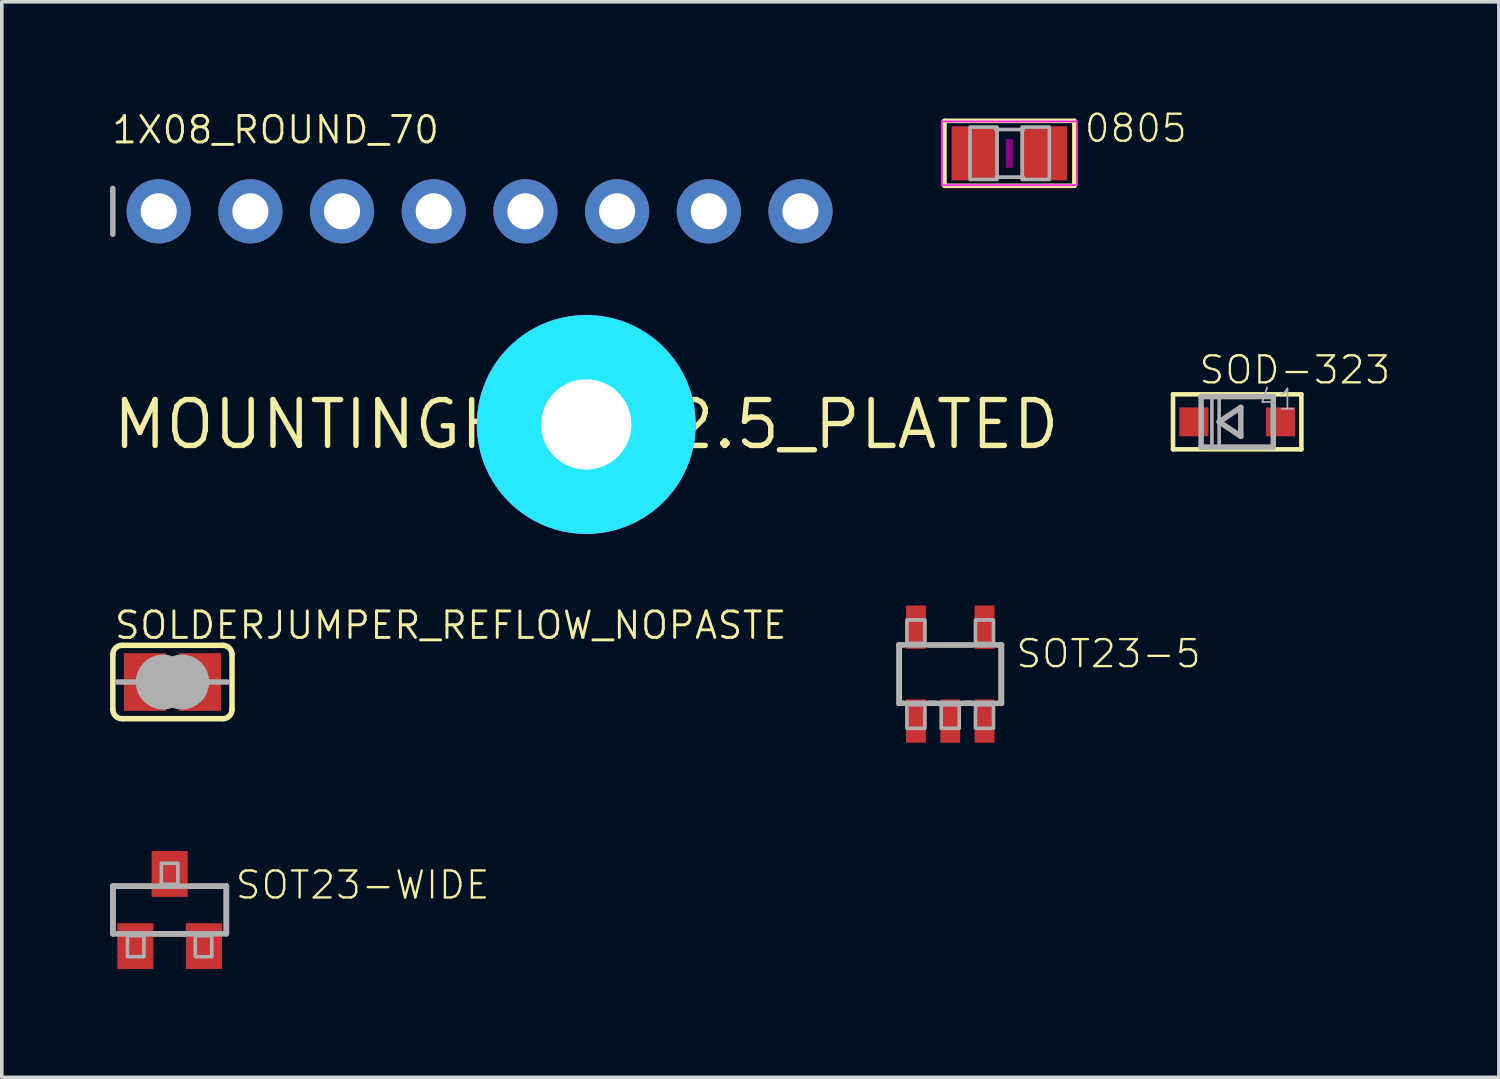
<source format=kicad_pcb>
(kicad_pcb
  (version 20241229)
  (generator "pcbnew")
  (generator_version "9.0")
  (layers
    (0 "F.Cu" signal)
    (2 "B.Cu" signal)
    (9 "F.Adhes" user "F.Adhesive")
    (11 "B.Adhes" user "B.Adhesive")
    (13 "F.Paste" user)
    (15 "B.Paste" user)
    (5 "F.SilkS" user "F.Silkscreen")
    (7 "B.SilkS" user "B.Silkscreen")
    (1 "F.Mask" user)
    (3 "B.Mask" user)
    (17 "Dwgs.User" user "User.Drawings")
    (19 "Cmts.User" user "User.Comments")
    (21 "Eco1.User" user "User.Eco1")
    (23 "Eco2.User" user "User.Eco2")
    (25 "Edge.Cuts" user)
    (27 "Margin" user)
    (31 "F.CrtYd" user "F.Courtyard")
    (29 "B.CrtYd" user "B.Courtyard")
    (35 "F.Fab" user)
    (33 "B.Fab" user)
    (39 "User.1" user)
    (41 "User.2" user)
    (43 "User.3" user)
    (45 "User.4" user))
  (footprint "0805"
    (layer "F.Cu")
    (at 24.914 1.197)
    (property "Reference" "0805" (at 2.032 -0.254 0) (layer "F.SilkS") (effects (font (size 0.748 0.748) (thickness 0.065)) (justify left bottom)))
    (fp_line (start -1.8 -0.9) (end 1.8 -0.9) (stroke (width 0.127) (type solid)) (layer "F.SilkS"))
    (fp_line (start -1.8 0.9) (end -1.8 -0.9) (stroke (width 0.127) (type solid)) (layer "F.SilkS"))
    (fp_line (start 1.8 -0.9) (end 1.8 0.9) (stroke (width 0.127) (type solid)) (layer "F.SilkS"))
    (fp_line (start 1.8 0.9) (end -1.8 0.9) (stroke (width 0.127) (type solid)) (layer "F.SilkS"))
    (fp_poly (pts (xy -0.1 0.4) (xy 0.1 0.4) (xy 0.1 -0.4) (xy -0.1 -0.4)) (stroke (width 0) (type default)) (fill yes) (layer "F.Adhes"))
    (fp_line (start -1.873 -0.883) (end 1.873 -0.883) (stroke (width 0.051) (type solid)) (layer "F.CrtYd"))
    (fp_line (start -1.873 0.883) (end -1.873 -0.883) (stroke (width 0.051) (type solid)) (layer "F.CrtYd"))
    (fp_line (start 1.873 -0.883) (end 1.873 0.883) (stroke (width 0.051) (type solid)) (layer "F.CrtYd"))
    (fp_line (start 1.873 0.883) (end -1.873 0.883) (stroke (width 0.051) (type solid)) (layer "F.CrtYd"))
    (fp_line (start -0.381 -0.66) (end 0.381 -0.66) (stroke (width 0.102) (type solid)) (layer "F.Fab"))
    (fp_line (start -0.356 0.66) (end 0.381 0.66) (stroke (width 0.102) (type solid)) (layer "F.Fab"))
    (fp_poly (pts (xy -1.092 0.724) (xy -0.342 0.724) (xy -0.342 -0.726) (xy -1.092 -0.726)) (stroke (width 0.1) (type default)) (fill no) (layer "F.Fab"))
    (fp_poly (pts (xy 0.356 0.724) (xy 1.106 0.724) (xy 1.106 -0.726) (xy 0.356 -0.726)) (stroke (width 0.1) (type default)) (fill no) (layer "F.Fab"))
    (pad "1" smd rect (at -0.95 0) (size 1.3 1.5) (layers "F.Cu" "F.Mask" "F.Paste"))
    (pad "2" smd rect (at 0.95 0) (size 1.3 1.5) (layers "F.Cu" "F.Mask" "F.Paste")))
  (footprint "SOT23-5"
    (layer "F.Cu")
    (at 23.274 15.625)
    (property "Reference" "SOT23-5" (at 1.778 -0.127 0) (layer "F.SilkS") (effects (font (size 0.748 0.748) (thickness 0.065)) (justify left bottom)))
    (fp_line (start -1.4 -0.8) (end -1.4 0.8) (stroke (width 0.127) (type solid)) (layer "F.SilkS"))
    (fp_line (start -1.4 0.8) (end -1.3 0.8) (stroke (width 0.127) (type solid)) (layer "F.SilkS"))
    (fp_line (start -1.3 -0.8) (end -1.4 -0.8) (stroke (width 0.127) (type solid)) (layer "F.SilkS"))
    (fp_line (start -0.6 -0.8) (end 0.6 -0.8) (stroke (width 0.127) (type solid)) (layer "F.SilkS"))
    (fp_line (start -0.6 0.8) (end -0.4 0.8) (stroke (width 0.127) (type solid)) (layer "F.SilkS"))
    (fp_line (start 0.4 0.8) (end 0.6 0.8) (stroke (width 0.127) (type solid)) (layer "F.SilkS"))
    (fp_line (start 1.3 -0.8) (end 1.4 -0.8) (stroke (width 0.127) (type solid)) (layer "F.SilkS"))
    (fp_line (start 1.4 -0.8) (end 1.4 0.8) (stroke (width 0.127) (type solid)) (layer "F.SilkS"))
    (fp_line (start 1.4 0.8) (end 1.3 0.8) (stroke (width 0.127) (type solid)) (layer "F.SilkS"))
    (fp_line (start -1.422 -0.81) (end 1.422 -0.81) (stroke (width 0.152) (type solid)) (layer "F.Fab"))
    (fp_line (start -1.422 0.81) (end -1.422 -0.81) (stroke (width 0.152) (type solid)) (layer "F.Fab"))
    (fp_line (start 1.422 -0.81) (end 1.422 0.81) (stroke (width 0.152) (type solid)) (layer "F.Fab"))
    (fp_line (start 1.422 0.81) (end -1.422 0.81) (stroke (width 0.152) (type solid)) (layer "F.Fab"))
    (fp_poly (pts (xy -1.2 -0.85) (xy -0.7 -0.85) (xy -0.7 -1.5) (xy -1.2 -1.5)) (stroke (width 0.1) (type default)) (fill no) (layer "F.Fab"))
    (fp_poly (pts (xy -1.2 1.5) (xy -0.7 1.5) (xy -0.7 0.85) (xy -1.2 0.85)) (stroke (width 0.1) (type default)) (fill no) (layer "F.Fab"))
    (fp_poly (pts (xy -0.25 1.5) (xy 0.25 1.5) (xy 0.25 0.85) (xy -0.25 0.85)) (stroke (width 0.1) (type default)) (fill no) (layer "F.Fab"))
    (fp_poly (pts (xy 0.7 -0.85) (xy 1.2 -0.85) (xy 1.2 -1.5) (xy 0.7 -1.5)) (stroke (width 0.1) (type default)) (fill no) (layer "F.Fab"))
    (fp_poly (pts (xy 0.7 1.5) (xy 1.2 1.5) (xy 1.2 0.85) (xy 0.7 0.85)) (stroke (width 0.1) (type default)) (fill no) (layer "F.Fab"))
    (pad "1" smd rect (at -0.95 1.3) (size 0.55 1.2) (layers "F.Cu" "F.Mask" "F.Paste"))
    (pad "2" smd rect (at 0 1.3) (size 0.55 1.2) (layers "F.Cu" "F.Mask" "F.Paste"))
    (pad "3" smd rect (at 0.95 1.3) (size 0.55 1.2) (layers "F.Cu" "F.Mask" "F.Paste"))
    (pad "4" smd rect (at 0.95 -1.3) (size 0.55 1.2) (layers "F.Cu" "F.Mask" "F.Paste"))
    (pad "5" smd rect (at -0.95 -1.3) (size 0.55 1.2) (layers "F.Cu" "F.Mask" "F.Paste")))
  (footprint "SOD-323"
    (layer "F.Cu")
    (at 31.224 8.636)
    (property "Reference" "SOD-323" (at -1.1 -1 0) (layer "F.SilkS") (effects (font (size 0.748 0.748) (thickness 0.065)) (justify left bottom)))
    (fp_line (start -1.778 -0.762) (end 1.778 -0.762) (stroke (width 0.127) (type solid)) (layer "F.SilkS"))
    (fp_line (start -1.778 0.762) (end -1.778 -0.762) (stroke (width 0.127) (type solid)) (layer "F.SilkS"))
    (fp_line (start 1.778 -0.762) (end 1.778 0.762) (stroke (width 0.127) (type solid)) (layer "F.SilkS"))
    (fp_line (start 1.778 0.762) (end -1.778 0.762) (stroke (width 0.127) (type solid)) (layer "F.SilkS"))
    (fp_line (start -1 -0.7) (end 1 -0.7) (stroke (width 0.152) (type solid)) (layer "F.Fab"))
    (fp_line (start -1 0.7) (end -1 -0.7) (stroke (width 0.152) (type solid)) (layer "F.Fab"))
    (fp_line (start -0.5 0) (end 0.1 -0.4) (stroke (width 0.152) (type solid)) (layer "F.Fab"))
    (fp_line (start 0.1 -0.4) (end 0.1 0.4) (stroke (width 0.152) (type solid)) (layer "F.Fab"))
    (fp_line (start 0.1 0.4) (end -0.5 0) (stroke (width 0.152) (type solid)) (layer "F.Fab"))
    (fp_line (start 1 -0.7) (end 1 0.7) (stroke (width 0.152) (type solid)) (layer "F.Fab"))
    (fp_line (start 1 0.7) (end -1 0.7) (stroke (width 0.152) (type solid)) (layer "F.Fab"))
    (fp_poly (pts (xy -0.7 0.7) (xy -0.5 0.7) (xy -0.5 -0.7) (xy -0.7 -0.7)) (stroke (width 0.1) (type default)) (fill no) (layer "F.Fab"))
    (fp_text user "41" (at 0.557 -0.292 180) (layer "F.Fab") (effects (font (size 0.561 0.561) (thickness 0.049)) (justify left bottom)))
    (pad "A" smd rect (at 1.2 0) (size 0.8 0.8) (layers "F.Cu" "F.Mask" "F.Paste"))
    (pad "C" smd rect (at -1.2 0) (size 0.8 0.8) (layers "F.Cu" "F.Mask" "F.Paste")))
  (footprint "MOUNTINGHOLE_2.5_PLATED"
    (layer "F.Cu")
    (at 13.191 8.709)
    (property "Reference" "MOUNTINGHOLE_2.5_PLATED" (at 0 0 0) (layer "F.SilkS") (effects (font (size 1.27 1.27) (thickness 0.15))))
    (fp_circle (center 0 0) (end 1.75 0) (stroke (width 0.152) (type solid)) (fill no) (layer "F.SilkS"))
    (fp_circle (center 0 0) (end 1 0) (stroke (width 2.032) (type solid)) (fill no) (layer "B.CrtYd"))
    (fp_circle (center 0 0) (end 1 0) (stroke (width 2.032) (type solid)) (fill no) (layer "F.CrtYd"))
    (pad "P$1" thru_hole circle (at 0 0) (size 3.2 3.2) (drill 2.5) (layers "*.Cu" "*.Mask"))
    (zone (net_name "") (layer "F.Cu") (hatch edge 0.5) (connect_pads) (min_thickness 0.25) (filled_areas_thickness no) (keepout (tracks not_allowed) (vias not_allowed) (pads not_allowed) (copperpour not_allowed) (footprints allowed)) (placement (enabled no)) (fill) (polygon (pts (xy 15.207 8.709) (xy 15.187 8.429) (xy 15.129 8.153) (xy 15.033 7.889) (xy 14.901 7.641) (xy 14.735 7.413) (xy 14.54 7.211) (xy 14.318 7.038) (xy 14.075 6.897) (xy 13.814 6.792) (xy 13.541 6.724) (xy 13.261 6.694) (xy 12.98 6.704) (xy 12.703 6.753) (xy 12.436 6.84) (xy 12.183 6.963) (xy 11.95 7.121) (xy 11.741 7.309) (xy 11.56 7.524) (xy 11.411 7.763) (xy 11.297 8.02) (xy 11.219 8.29) (xy 11.18 8.569) (xy 11.18 8.85) (xy 11.219 9.128) (xy 11.297 9.399) (xy 11.411 9.656) (xy 11.56 9.894) (xy 11.741 10.11) (xy 11.95 10.298) (xy 12.183 10.455) (xy 12.436 10.578) (xy 12.703 10.665) (xy 12.98 10.714) (xy 13.261 10.724) (xy 13.541 10.695) (xy 13.814 10.626) (xy 14.075 10.521) (xy 14.318 10.38) (xy 14.54 10.207) (xy 14.735 10.005) (xy 14.901 9.777) (xy 15.033 9.529) (xy 15.129 9.265) (xy 15.187 8.99))) (polygon (pts (xy 13.175 8.709) (xy 13.18 8.72) (xy 13.191 8.725) (xy 13.202 8.72) (xy 13.207 8.709) (xy 13.202 8.698) (xy 13.191 8.693) (xy 13.18 8.698))))
    (zone (net_name "") (layer "B.Cu") (hatch edge 0.5) (connect_pads) (min_thickness 0.25) (filled_areas_thickness no) (keepout (tracks not_allowed) (vias not_allowed) (pads not_allowed) (copperpour not_allowed) (footprints allowed)) (placement (enabled no)) (fill) (polygon (pts (xy 15.207 8.709) (xy 15.187 8.429) (xy 15.129 8.153) (xy 15.033 7.889) (xy 14.901 7.641) (xy 14.735 7.413) (xy 14.54 7.211) (xy 14.318 7.038) (xy 14.075 6.897) (xy 13.814 6.792) (xy 13.541 6.724) (xy 13.261 6.694) (xy 12.98 6.704) (xy 12.703 6.753) (xy 12.436 6.84) (xy 12.183 6.963) (xy 11.95 7.121) (xy 11.741 7.309) (xy 11.56 7.524) (xy 11.411 7.763) (xy 11.297 8.02) (xy 11.219 8.29) (xy 11.18 8.569) (xy 11.18 8.85) (xy 11.219 9.128) (xy 11.297 9.399) (xy 11.411 9.656) (xy 11.56 9.894) (xy 11.741 10.11) (xy 11.95 10.298) (xy 12.183 10.455) (xy 12.436 10.578) (xy 12.703 10.665) (xy 12.98 10.714) (xy 13.261 10.724) (xy 13.541 10.695) (xy 13.814 10.626) (xy 14.075 10.521) (xy 14.318 10.38) (xy 14.54 10.207) (xy 14.735 10.005) (xy 14.901 9.777) (xy 15.033 9.529) (xy 15.129 9.265) (xy 15.187 8.99))) (polygon (pts (xy 13.175 8.709) (xy 13.18 8.72) (xy 13.191 8.725) (xy 13.202 8.72) (xy 13.207 8.709) (xy 13.202 8.698) (xy 13.191 8.693) (xy 13.18 8.698)))))
  (footprint "SOT23-WIDE"
    (layer "F.Cu")
    (at 1.649 22.16)
    (property "Reference" "SOT23-WIDE" (at 1.778 -0.254 0) (layer "F.SilkS") (effects (font (size 0.748 0.748) (thickness 0.065)) (justify left bottom)))
    (fp_line (start -1.572 -0.66) (end -0.514 -0.66) (stroke (width 0.152) (type solid)) (layer "F.SilkS"))
    (fp_line (start -1.572 0.652) (end -1.572 -0.66) (stroke (width 0.152) (type solid)) (layer "F.SilkS"))
    (fp_line (start 0.422 0.66) (end -0.436 0.66) (stroke (width 0.152) (type solid)) (layer "F.SilkS"))
    (fp_line (start 0.564 -0.66) (end 1.572 -0.66) (stroke (width 0.152) (type solid)) (layer "F.SilkS"))
    (fp_line (start 1.572 -0.66) (end 1.572 0.652) (stroke (width 0.152) (type solid)) (layer "F.SilkS"))
    (fp_line (start -1.572 -0.66) (end 1.572 -0.66) (stroke (width 0.152) (type solid)) (layer "F.Fab"))
    (fp_line (start -1.572 0.66) (end -1.572 -0.66) (stroke (width 0.152) (type solid)) (layer "F.Fab"))
    (fp_line (start 1.572 -0.66) (end 1.572 0.66) (stroke (width 0.152) (type solid)) (layer "F.Fab"))
    (fp_line (start 1.572 0.66) (end -1.572 0.66) (stroke (width 0.152) (type solid)) (layer "F.Fab"))
    (fp_poly (pts (xy -1.168 1.295) (xy -0.711 1.295) (xy -0.711 0.711) (xy -1.168 0.711)) (stroke (width 0.1) (type default)) (fill no) (layer "F.Fab"))
    (fp_poly (pts (xy -0.229 -0.711) (xy 0.229 -0.711) (xy 0.229 -1.295) (xy -0.229 -1.295)) (stroke (width 0.1) (type default)) (fill no) (layer "F.Fab"))
    (fp_poly (pts (xy 0.711 1.295) (xy 1.168 1.295) (xy 1.168 0.711) (xy 0.711 0.711)) (stroke (width 0.1) (type default)) (fill no) (layer "F.Fab"))
    (pad "1" smd rect (at -0.95 1) (size 1 1.27) (layers "F.Cu" "F.Mask" "F.Paste"))
    (pad "2" smd rect (at 0.95 1) (size 1 1.27) (layers "F.Cu" "F.Mask" "F.Paste"))
    (pad "3" smd rect (at 0 -1) (size 1 1.27) (layers "F.Cu" "F.Mask" "F.Paste")))
  (footprint "1X08_ROUND_70"
    (layer "F.Cu")
    (at 10.236 2.804)
    (property "Reference" "1X08_ROUND_70" (at -10.236 -1.829 0) (layer "F.SilkS") (effects (font (size 0.732 0.732) (thickness 0.081)) (justify left bottom)))
    (fp_line (start -10.16 -0.635) (end -10.16 0.635) (stroke (width 0.152) (type solid)) (layer "F.Fab"))
    (fp_poly (pts (xy -9.144 0.254) (xy -8.636 0.254) (xy -8.636 -0.254) (xy -9.144 -0.254)) (stroke (width 0.1) (type default)) (fill no) (layer "F.Fab"))
    (fp_poly (pts (xy -6.604 0.254) (xy -6.096 0.254) (xy -6.096 -0.254) (xy -6.604 -0.254)) (stroke (width 0.1) (type default)) (fill no) (layer "F.Fab"))
    (fp_poly (pts (xy -4.064 0.254) (xy -3.556 0.254) (xy -3.556 -0.254) (xy -4.064 -0.254)) (stroke (width 0.1) (type default)) (fill no) (layer "F.Fab"))
    (fp_poly (pts (xy -1.524 0.254) (xy -1.016 0.254) (xy -1.016 -0.254) (xy -1.524 -0.254)) (stroke (width 0.1) (type default)) (fill no) (layer "F.Fab"))
    (fp_poly (pts (xy 1.016 0.254) (xy 1.524 0.254) (xy 1.524 -0.254) (xy 1.016 -0.254)) (stroke (width 0.1) (type default)) (fill no) (layer "F.Fab"))
    (fp_poly (pts (xy 3.556 0.254) (xy 4.064 0.254) (xy 4.064 -0.254) (xy 3.556 -0.254)) (stroke (width 0.1) (type default)) (fill no) (layer "F.Fab"))
    (fp_poly (pts (xy 6.096 0.254) (xy 6.604 0.254) (xy 6.604 -0.254) (xy 6.096 -0.254)) (stroke (width 0.1) (type default)) (fill no) (layer "F.Fab"))
    (fp_poly (pts (xy 8.636 0.254) (xy 9.144 0.254) (xy 9.144 -0.254) (xy 8.636 -0.254)) (stroke (width 0.1) (type default)) (fill no) (layer "F.Fab"))
    (pad "1" thru_hole circle (at -8.89 0 90) (size 1.778 1.778) (drill 1) (layers "*.Cu" "*.Mask"))
    (pad "2" thru_hole circle (at -6.35 0 90) (size 1.778 1.778) (drill 1) (layers "*.Cu" "*.Mask"))
    (pad "3" thru_hole circle (at -3.81 0 90) (size 1.778 1.778) (drill 1) (layers "*.Cu" "*.Mask"))
    (pad "4" thru_hole circle (at -1.27 0 90) (size 1.778 1.778) (drill 1) (layers "*.Cu" "*.Mask"))
    (pad "5" thru_hole circle (at 1.27 0 90) (size 1.778 1.778) (drill 1) (layers "*.Cu" "*.Mask"))
    (pad "6" thru_hole circle (at 3.81 0 90) (size 1.778 1.778) (drill 1) (layers "*.Cu" "*.Mask"))
    (pad "7" thru_hole circle (at 6.35 0 90) (size 1.778 1.778) (drill 1) (layers "*.Cu" "*.Mask"))
    (pad "8" thru_hole circle (at 8.89 0 90) (size 1.778 1.778) (drill 1) (layers "*.Cu" "*.Mask")))
  (footprint "SOLDERJUMPER_REFLOW_NOPASTE"
    (layer "F.Cu")
    (at 1.727 15.844)
    (property "Reference" "SOLDERJUMPER_REFLOW_NOPASTE" (at -1.651 -1.143 0) (layer "F.SilkS") (effects (font (size 0.732 0.732) (thickness 0.081)) (justify left bottom)))
    (fp_poly (pts (xy -0.076 0.914) (xy 0.076 0.914) (xy 0.076 -0.914) (xy -0.076 -0.914)) (stroke (width 0) (type default)) (fill yes) (layer "F.Mask"))
    (fp_line (start -1.651 0.762) (end -1.651 -0.762) (stroke (width 0.152) (type solid)) (layer "F.SilkS"))
    (fp_line (start -1.397 -1.016) (end 1.397 -1.016) (stroke (width 0.152) (type solid)) (layer "F.SilkS"))
    (fp_line (start 1.397 1.016) (end -1.397 1.016) (stroke (width 0.152) (type solid)) (layer "F.SilkS"))
    (fp_line (start 1.651 0.762) (end 1.651 -0.762) (stroke (width 0.152) (type solid)) (layer "F.SilkS"))
    (fp_arc (start -1.651 -0.762) (mid -1.576605 -0.941605) (end -1.397 -1.016) (stroke (width 0.1524) (type solid)) (layer "F.SilkS"))
    (fp_arc (start -1.397 1.016) (mid -1.576605 0.941605) (end -1.651 0.762) (stroke (width 0.1524) (type solid)) (layer "F.SilkS"))
    (fp_arc (start 1.397 -1.016) (mid 1.576605 -0.941605) (end 1.651 -0.762) (stroke (width 0.1524) (type solid)) (layer "F.SilkS"))
    (fp_arc (start 1.651 0.762) (mid 1.576605 0.941605) (end 1.397 1.016) (stroke (width 0.1524) (type solid)) (layer "F.SilkS"))
    (fp_line (start -1.016 0) (end -1.524 0) (stroke (width 0.152) (type solid)) (layer "F.Fab"))
    (fp_line (start 1.016 0) (end 1.524 0) (stroke (width 0.152) (type solid)) (layer "F.Fab"))
    (fp_arc (start -0.254 0.127) (mid -0.381 0) (end -0.254 -0.127) (stroke (width 1.27) (type solid)) (layer "F.Fab"))
    (fp_arc (start 0.254 -0.127) (mid 0.381 0) (end 0.254 0.127) (stroke (width 1.27) (type solid)) (layer "F.Fab"))
    (pad "1" smd rect (at -0.762 0) (size 1.168 1.6) (layers "F.Cu" "F.Mask"))
    (pad "2" smd rect (at 0.762 0) (size 1.168 1.6) (layers "F.Cu" "F.Mask")))
  (gr_rect
    (start -3 -3)
    (end 38.475 26.795)
    (stroke (width 0.1) (type default))
    (fill no)
    (layer "Edge.Cuts")))
</source>
